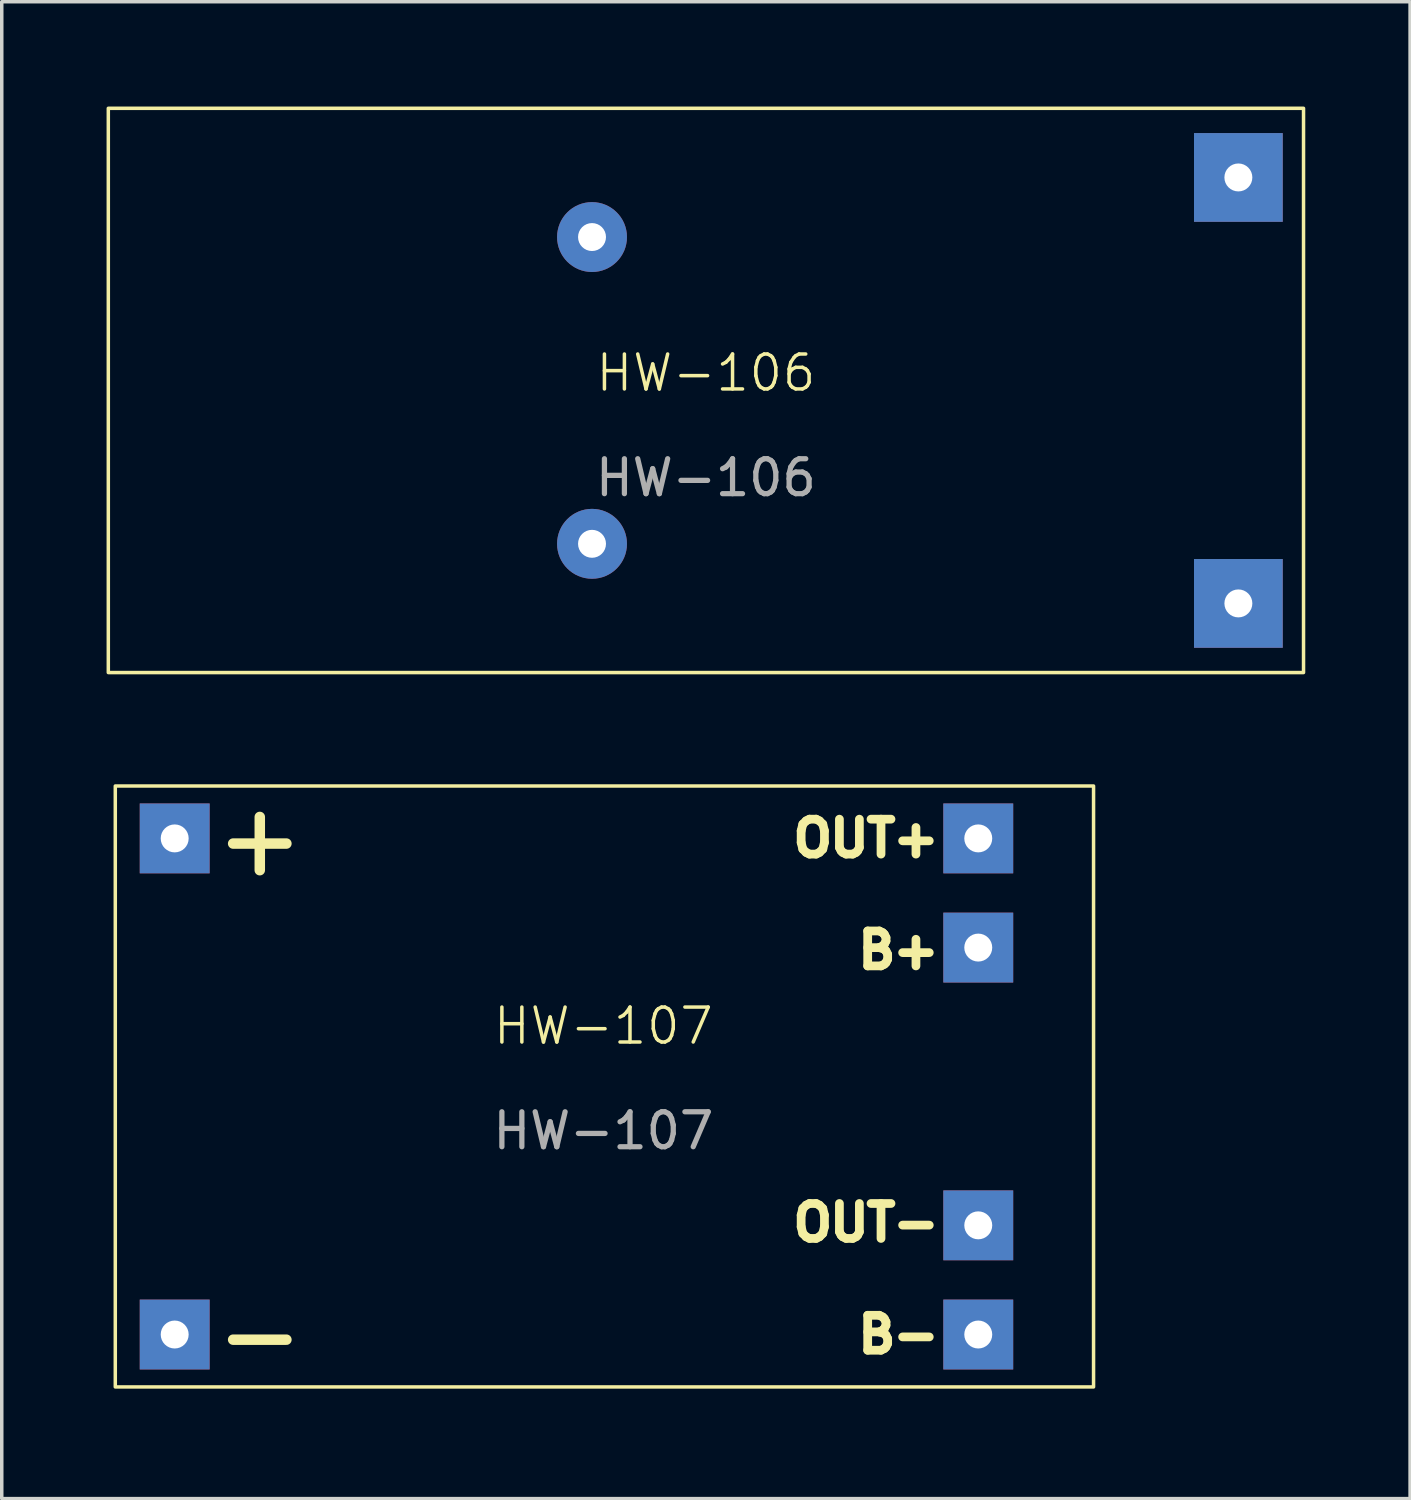
<source format=kicad_pcb>
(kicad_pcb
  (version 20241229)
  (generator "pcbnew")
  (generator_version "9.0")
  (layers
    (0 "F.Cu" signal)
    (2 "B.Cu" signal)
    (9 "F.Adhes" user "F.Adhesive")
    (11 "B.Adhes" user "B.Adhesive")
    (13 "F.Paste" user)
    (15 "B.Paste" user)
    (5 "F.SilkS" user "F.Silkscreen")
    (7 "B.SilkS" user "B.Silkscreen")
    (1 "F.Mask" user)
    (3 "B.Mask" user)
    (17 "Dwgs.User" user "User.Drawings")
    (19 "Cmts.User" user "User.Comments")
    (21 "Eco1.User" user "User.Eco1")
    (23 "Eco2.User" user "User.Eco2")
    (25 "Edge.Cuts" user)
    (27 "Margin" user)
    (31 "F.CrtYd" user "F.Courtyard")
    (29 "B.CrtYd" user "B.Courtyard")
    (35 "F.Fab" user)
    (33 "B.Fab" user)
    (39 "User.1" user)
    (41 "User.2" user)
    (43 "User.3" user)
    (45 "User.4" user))
  (footprint "HW-107"
    (layer "F.Cu")
    (at 0.25 28.047)
    (property "Reference" "HW-107" (at 13.97 -1.73 0) (unlocked yes) (layer "F.SilkS") (effects (font (size 1 1) (thickness 0.1))))
    (fp_rect (start 0 -8.6) (end 28 8.6) (stroke (width 0.1) (type solid)) (fill no) (layer "F.SilkS"))
    (fp_text user "-" (at 2.7 7.1 0) (unlocked yes) (layer "F.SilkS") (effects (font (size 2 2) (thickness 0.3) (bold yes)) (justify left)))
    (fp_text user "B-" (at 23.7 7.1 0) (unlocked yes) (layer "F.SilkS") (effects (font (size 1 1) (thickness 0.25) (bold yes)) (justify right)))
    (fp_text user "+" (at 2.7 -7.1 0) (unlocked yes) (layer "F.SilkS") (effects (font (size 2 2) (thickness 0.3) (bold yes)) (justify left)))
    (fp_text user "OUT-" (at 23.7 3.9 0) (unlocked yes) (layer "F.SilkS") (effects (font (size 1 1) (thickness 0.25) (bold yes)) (justify right)))
    (fp_text user "B+" (at 23.7 -3.9 0) (unlocked yes) (layer "F.SilkS") (effects (font (size 1 1) (thickness 0.25) (bold yes)) (justify right)))
    (fp_text user "OUT+" (at 23.7 -7.1 0) (unlocked yes) (layer "F.SilkS") (effects (font (size 1 1) (thickness 0.25) (bold yes)) (justify right)))
    (fp_text user "${REFERENCE}" (at 13.97 1.27 0) (unlocked yes) (layer "F.Fab") (effects (font (size 1 1) (thickness 0.15))))
    (pad "1" thru_hole rect (at 1.7 -7.1) (size 2 2) (drill 0.8) (layers "*.Cu" "*.Mask"))
    (pad "2" thru_hole rect (at 1.7 7.1) (size 2 2) (drill 0.8) (layers "*.Cu" "*.Mask"))
    (pad "3" thru_hole rect (at 24.7 -7.1) (size 2 2) (drill 0.8) (layers "*.Cu" "*.Mask"))
    (pad "4" thru_hole rect (at 24.7 -3.975) (size 2 2) (drill 0.8) (layers "*.Cu" "*.Mask"))
    (pad "5" thru_hole rect (at 24.7 3.975) (size 2 2) (drill 0.8) (layers "*.Cu" "*.Mask"))
    (pad "6" thru_hole rect (at 24.7 7.1) (size 2 2) (drill 0.8) (layers "*.Cu" "*.Mask")))
  (footprint "HW-106"
    (layer "F.Cu")
    (at 17.155 8.125)
    (property "Reference" "HW-106" (at 0 -0.5 0) (unlocked yes) (layer "F.SilkS") (effects (font (size 1 1) (thickness 0.1))))
    (fp_rect (start -17.105 -8.075) (end 17.105 8.075) (stroke (width 0.1) (type solid)) (fill no) (layer "F.SilkS"))
    (fp_text user "${REFERENCE}" (at 0 2.5 0) (unlocked yes) (layer "F.Fab") (effects (font (size 1 1) (thickness 0.15))))
    (pad "1" thru_hole rect (at 15.24 -6.096) (size 2.54 2.54) (drill 0.8) (layers "*.Cu" "*.Mask"))
    (pad "2" thru_hole rect (at 15.24 6.096) (size 2.54 2.54) (drill 0.8) (layers "*.Cu" "*.Mask"))
    (pad "3" thru_hole circle (at -3.26 -4.39) (size 2 2) (drill 0.8) (layers "*.Cu" "*.Mask"))
    (pad "4" thru_hole circle (at -3.26 4.39) (size 2 2) (drill 0.8) (layers "*.Cu" "*.Mask")))
  (gr_rect
    (start -3 -3)
    (end 37.31 39.843)
    (stroke (width 0.1) (type default))
    (fill no)
    (layer "Edge.Cuts")))
</source>
